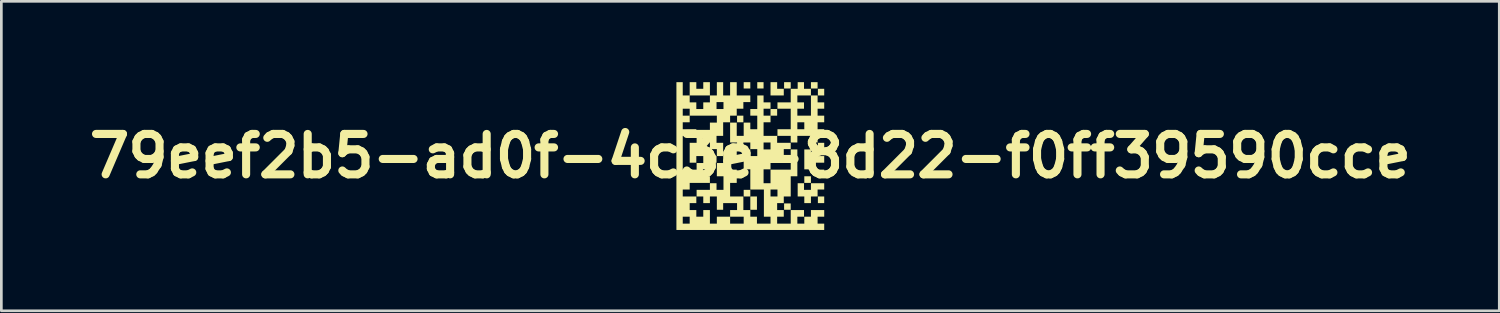
<source format=kicad_pcb>
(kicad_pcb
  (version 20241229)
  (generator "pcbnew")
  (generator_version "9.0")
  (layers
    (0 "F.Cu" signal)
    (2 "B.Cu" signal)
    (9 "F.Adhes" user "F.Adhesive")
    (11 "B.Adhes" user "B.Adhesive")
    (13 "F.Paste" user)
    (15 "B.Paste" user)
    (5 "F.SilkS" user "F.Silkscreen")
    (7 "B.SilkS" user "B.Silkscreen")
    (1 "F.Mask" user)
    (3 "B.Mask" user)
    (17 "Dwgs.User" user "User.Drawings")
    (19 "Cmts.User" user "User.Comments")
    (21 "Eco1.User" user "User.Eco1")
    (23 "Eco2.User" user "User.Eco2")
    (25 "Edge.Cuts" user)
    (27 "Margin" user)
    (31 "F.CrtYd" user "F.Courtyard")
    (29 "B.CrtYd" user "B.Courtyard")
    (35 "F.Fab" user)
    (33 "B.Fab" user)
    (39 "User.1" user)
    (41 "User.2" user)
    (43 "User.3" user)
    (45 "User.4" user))
  (footprint "79eef2b5-ad0f-4c3e-8d22-f0ff39590cce"
    (layer "F.Cu")
    (at 24.8 2.743)
    (property "Reference" "79eef2b5-ad0f-4c3e-8d22-f0ff39590cce" (at 0 0 0) (layer "F.SilkS") (effects (font (size 1.5 1.5) (thickness 0.3))))
    (attr board_only exclude_from_pos_files exclude_from_bom)
    (fp_poly (pts (xy -0.504 0) (xy -0.504 0.246) (xy -0.627 0.246) (xy -0.75 0.246) (xy -0.75 0) (xy -0.75 -0.246) (xy -0.627 -0.246) (xy -0.504 -0.246)) (stroke (width 0) (type solid)) (fill yes) (layer "F.SilkS"))
    (fp_poly (pts (xy -0.258 -1.377) (xy -0.258 -1.254) (xy -0.375 -1.254) (xy -0.492 -1.254) (xy -0.492 -1.377) (xy -0.492 -1.5) (xy -0.375 -1.5) (xy -0.258 -1.5)) (stroke (width 0) (type solid)) (fill yes) (layer "F.SilkS"))
    (fp_poly (pts (xy 0 -2.626) (xy 0 -2.508) (xy -0.123 -2.508) (xy -0.246 -2.508) (xy -0.246 -2.626) (xy -0.246 -2.743) (xy -0.123 -2.743) (xy 0 -2.743)) (stroke (width 0) (type solid)) (fill yes) (layer "F.SilkS"))
    (fp_poly (pts (xy 0 1.377) (xy 0 1.5) (xy -0.123 1.5) (xy -0.246 1.5) (xy -0.246 1.377) (xy -0.246 1.254) (xy -0.123 1.254) (xy 0 1.254)) (stroke (width 0) (type solid)) (fill yes) (layer "F.SilkS"))
    (fp_poly (pts (xy 0.246 1.746) (xy 0.246 1.993) (xy 0.123 1.993) (xy 0 1.993) (xy 0 1.746) (xy 0 1.5) (xy 0.123 1.5) (xy 0.246 1.5)) (stroke (width 0) (type solid)) (fill yes) (layer "F.SilkS"))
    (fp_poly (pts (xy 0.492 -2.626) (xy 0.492 -2.508) (xy 0.375 -2.508) (xy 0.258 -2.508) (xy 0.258 -2.626) (xy 0.258 -2.743) (xy 0.375 -2.743) (xy 0.492 -2.743)) (stroke (width 0) (type solid)) (fill yes) (layer "F.SilkS"))
    (fp_poly (pts (xy 1.5 -2.626) (xy 1.5 -2.508) (xy 1.377 -2.508) (xy 1.254 -2.508) (xy 1.254 -2.626) (xy 1.254 -2.743) (xy 1.377 -2.743) (xy 1.5 -2.743)) (stroke (width 0) (type solid)) (fill yes) (layer "F.SilkS"))
    (fp_poly (pts (xy 1.5 1.875) (xy 1.5 1.993) (xy 1.377 1.993) (xy 1.254 1.993) (xy 1.254 1.875) (xy 1.254 1.758) (xy 1.377 1.758) (xy 1.5 1.758)) (stroke (width 0) (type solid)) (fill yes) (layer "F.SilkS"))
    (fp_poly (pts (xy 2.25 0.873) (xy 2.25 0.996) (xy 2.127 0.996) (xy 2.004 0.996) (xy 2.004 0.873) (xy 2.004 0.75) (xy 2.127 0.75) (xy 2.25 0.75)) (stroke (width 0) (type solid)) (fill yes) (layer "F.SilkS"))
    (fp_poly (pts (xy 2.497 -2.626) (xy 2.497 -2.508) (xy 2.374 -2.508) (xy 2.25 -2.508) (xy 2.25 -2.626) (xy 2.25 -2.743) (xy 2.374 -2.743) (xy 2.497 -2.743)) (stroke (width 0) (type solid)) (fill yes) (layer "F.SilkS"))
    (fp_poly (pts (xy 2.743 -2.374) (xy 2.743 -2.25) (xy 2.626 -2.25) (xy 2.508 -2.25) (xy 2.508 -2.374) (xy 2.508 -2.497) (xy 2.626 -2.497) (xy 2.743 -2.497)) (stroke (width 0) (type solid)) (fill yes) (layer "F.SilkS"))
    (fp_poly (pts (xy 2.743 -0.375) (xy 2.743 -0.258) (xy 2.626 -0.258) (xy 2.508 -0.258) (xy 2.508 -0.375) (xy 2.508 -0.492) (xy 2.626 -0.492) (xy 2.743 -0.492)) (stroke (width 0) (type solid)) (fill yes) (layer "F.SilkS"))
    (fp_poly (pts (xy 2.743 0.627) (xy 2.743 0.75) (xy 2.626 0.75) (xy 2.508 0.75) (xy 2.508 0.627) (xy 2.508 0.504) (xy 2.626 0.504) (xy 2.743 0.504)) (stroke (width 0) (type solid)) (fill yes) (layer "F.SilkS"))
    (fp_poly (pts (xy 2.743 1.623) (xy 2.743 1.746) (xy 2.626 1.746) (xy 2.508 1.746) (xy 2.508 1.623) (xy 2.508 1.5) (xy 2.626 1.5) (xy 2.743 1.5)) (stroke (width 0) (type solid)) (fill yes) (layer "F.SilkS"))
    (fp_poly (pts (xy 0.996 -2.62) (xy 0.996 -2.497) (xy 1.119 -2.497) (xy 1.242 -2.497) (xy 1.242 -2.374) (xy 1.242 -2.25) (xy 0.996 -2.25) (xy 0.75 -2.25) (xy 0.75 -2.497) (xy 0.75 -2.743) (xy 0.873 -2.743) (xy 0.996 -2.743)) (stroke (width 0) (type solid)) (fill yes) (layer "F.SilkS"))
    (fp_poly (pts (xy 2.25 -0.123) (xy 2.25 0) (xy 2.497 0) (xy 2.743 0) (xy 2.743 0.123) (xy 2.743 0.246) (xy 2.497 0.246) (xy 2.25 0.246) (xy 2.25 0.369) (xy 2.25 0.492) (xy 2.127 0.492) (xy 2.004 0.492) (xy 2.004 0.123) (xy 2.004 -0.246) (xy 2.127 -0.246) (xy 2.25 -0.246)) (stroke (width 0) (type solid)) (fill yes) (layer "F.SilkS"))
    (fp_poly (pts (xy 1.993 1.131) (xy 1.993 1.254) (xy 2.122 1.254) (xy 2.25 1.254) (xy 2.25 1.131) (xy 2.25 1.008) (xy 2.497 1.008) (xy 2.743 1.008) (xy 2.743 1.125) (xy 2.743 1.242) (xy 2.62 1.242) (xy 2.497 1.242) (xy 2.497 1.371) (xy 2.497 1.5) (xy 2.374 1.5) (xy 2.25 1.5) (xy 2.25 1.623) (xy 2.25 1.746) (xy 2.127 1.746) (xy 2.004 1.746) (xy 2.004 1.623) (xy 2.004 1.5) (xy 1.881 1.5) (xy 1.758 1.5) (xy 1.758 1.254) (xy 1.758 1.008) (xy 1.875 1.008) (xy 1.993 1.008)) (stroke (width 0) (type solid)) (fill yes) (layer "F.SilkS"))
    (fp_poly (pts (xy 1.993 -2.62) (xy 1.993 -2.497) (xy 2.122 -2.497) (xy 2.25 -2.497) (xy 2.25 -2.374) (xy 2.25 -2.25) (xy 1.998 -2.25) (xy 1.746 -2.25) (xy 1.746 -2.122) (xy 1.746 -1.993) (xy 1.87 -1.993) (xy 1.993 -1.993) (xy 1.993 -1.875) (xy 1.993 -1.758) (xy 1.87 -1.758) (xy 1.746 -1.758) (xy 1.746 -1.629) (xy 1.746 -1.5) (xy 1.998 -1.5) (xy 2.25 -1.5) (xy 2.25 -1.875) (xy 2.25 -2.25) (xy 2.374 -2.25) (xy 2.497 -2.25) (xy 2.497 -2.122) (xy 2.497 -1.993) (xy 2.62 -1.993) (xy 2.743 -1.993) (xy 2.743 -1.875) (xy 2.743 -1.758) (xy 2.62 -1.758) (xy 2.497 -1.758) (xy 2.497 -1.629) (xy 2.497 -1.5) (xy 2.62 -1.5) (xy 2.743 -1.5) (xy 2.743 -1.377) (xy 2.743 -1.254) (xy 2.62 -1.254) (xy 2.497 -1.254) (xy 2.497 -1.125) (xy 2.497 -0.996) (xy 2.62 -0.996) (xy 2.743 -0.996) (xy 2.743 -0.873) (xy 2.743 -0.75) (xy 2.62 -0.75) (xy 2.497 -0.75) (xy 2.497 -0.627) (xy 2.497 -0.504) (xy 2.374 -0.504) (xy 2.25 -0.504) (xy 2.25 -0.627) (xy 2.25 -0.75) (xy 1.998 -0.75) (xy 1.746 -0.75) (xy 1.746 -0.627) (xy 1.746 -0.504) (xy 1.623 -0.504) (xy 1.5 -0.504) (xy 1.5 -0.627) (xy 1.5 -0.75) (xy 1.254 -0.75) (xy 1.008 -0.75) (xy 1.008 -0.873) (xy 1.008 -0.996) (xy 1.254 -0.996) (xy 1.5 -0.996) (xy 1.5 -1.125) (xy 1.746 -1.125) (xy 1.746 -0.996) (xy 1.875 -0.996) (xy 2.004 -0.996) (xy 2.004 -1.125) (xy 2.004 -1.254) (xy 1.875 -1.254) (xy 1.746 -1.254) (xy 1.746 -1.125) (xy 1.5 -1.125) (xy 1.5 -1.377) (xy 1.5 -1.758) (xy 1.254 -1.758) (xy 1.008 -1.758) (xy 1.008 -1.875) (xy 1.008 -1.993) (xy 1.254 -1.993) (xy 1.5 -1.993) (xy 1.5 -2.245) (xy 1.5 -2.497) (xy 1.629 -2.497) (xy 1.758 -2.497) (xy 1.758 -2.62) (xy 1.758 -2.743) (xy 1.875 -2.743) (xy 1.993 -2.743)) (stroke (width 0) (type solid)) (fill yes) (layer "F.SilkS"))
    (fp_poly (pts (xy -2.508 -2.497) (xy -2.508 -2.25) (xy -2.379 -2.25) (xy -2.25 -2.25) (xy -2.25 -2.497) (xy -2.25 -2.743) (xy -2.127 -2.743) (xy -2.004 -2.743) (xy -2.004 -2.62) (xy -2.004 -2.497) (xy -1.875 -2.497) (xy -1.746 -2.497) (xy -1.746 -2.62) (xy -1.746 -2.743) (xy -1.623 -2.743) (xy -1.5 -2.743) (xy -1.5 -2.497) (xy -1.5 -2.25) (xy -1.371 -2.25) (xy -1.242 -2.25) (xy -1.242 -2.497) (xy -1.242 -2.743) (xy -1.125 -2.743) (xy -1.008 -2.743) (xy -1.008 -2.497) (xy -1.008 -2.25) (xy -0.879 -2.25) (xy -0.75 -2.25) (xy -0.75 -2.497) (xy -0.75 -2.743) (xy -0.627 -2.743) (xy -0.504 -2.743) (xy -0.504 -2.497) (xy -0.504 -2.25) (xy -0.252 -2.25) (xy 0 -2.25) (xy 0 -2.127) (xy 0 -2.004) (xy -0.129 -2.004) (xy -0.258 -2.004) (xy -0.258 -1.881) (xy -0.258 -1.758) (xy -0.381 -1.758) (xy -0.504 -1.758) (xy -0.504 -1.629) (xy -0.504 -1.5) (xy -0.627 -1.5) (xy -0.75 -1.5) (xy -0.75 -1.377) (xy -0.75 -1.254) (xy -0.879 -1.254) (xy -1.008 -1.254) (xy -1.008 -1.002) (xy -1.008 -0.75) (xy -1.131 -0.75) (xy -1.254 -0.75) (xy -1.254 -0.621) (xy -1.254 -0.492) (xy -1.131 -0.492) (xy -1.008 -0.492) (xy -1.008 -0.246) (xy -1.008 0) (xy -1.125 0) (xy -1.242 0) (xy -1.242 -0.129) (xy -1.242 -0.258) (xy -1.371 -0.258) (xy -1.5 -0.258) (xy -1.5 -0.75) (xy -1.5 -1.242) (xy -1.371 -1.242) (xy -1.242 -1.242) (xy -1.242 -1.371) (xy -1.242 -1.5) (xy -1.746 -1.5) (xy -2.25 -1.5) (xy -2.25 -1.377) (xy -2.25 -1.254) (xy -2.379 -1.254) (xy -2.508 -1.254) (xy -2.508 -1.125) (xy -2.508 -0.996) (xy -2.256 -0.996) (xy -2.004 -0.996) (xy -2.004 -0.873) (xy -2.004 -0.75) (xy -2.256 -0.75) (xy -2.508 -0.75) (xy -2.508 -0.123) (xy -2.508 0.504) (xy -2.25 0.504) (xy -1.993 0.504) (xy -1.993 0.381) (xy -1.993 0.258) (xy -1.87 0.258) (xy -1.746 0.258) (xy -1.746 0.129) (xy -1.746 0) (xy -1.875 0) (xy -2.004 0) (xy -2.004 0.123) (xy -2.004 0.246) (xy -2.127 0.246) (xy -2.25 0.246) (xy -2.25 -0.123) (xy -2.25 -0.492) (xy -2.122 -0.492) (xy -1.993 -0.492) (xy -1.993 -0.621) (xy -1.993 -0.75) (xy -1.875 -0.75) (xy -1.758 -0.75) (xy -1.758 -0.498) (xy -1.758 -0.246) (xy -1.629 -0.246) (xy -1.5 -0.246) (xy -1.5 -0.123) (xy -1.5 0) (xy -1.377 0) (xy -1.254 0) (xy -1.254 0.123) (xy -1.254 0.246) (xy -1.377 0.246) (xy -1.5 0.246) (xy -1.5 0.369) (xy -1.5 0.492) (xy -1.629 0.492) (xy -1.758 0.492) (xy -1.758 0.621) (xy -1.758 0.75) (xy -1.629 0.75) (xy -1.5 0.75) (xy -1.5 0.873) (xy -1.5 0.996) (xy -1.875 0.996) (xy -2.25 0.996) (xy -2.25 1.119) (xy -2.25 1.242) (xy -2.379 1.242) (xy -2.508 1.242) (xy -2.508 1.371) (xy -2.508 1.5) (xy -2.256 1.5) (xy -2.004 1.5) (xy -2.004 1.623) (xy -2.004 1.746) (xy -2.127 1.746) (xy -2.25 1.746) (xy -2.25 1.875) (xy -2.25 2.004) (xy -2.127 2.004) (xy -2.004 2.004) (xy -2.004 2.127) (xy -2.004 2.25) (xy -1.875 2.25) (xy -1.746 2.25) (xy -1.746 2.127) (xy -1.746 2.004) (xy -1.623 2.004) (xy -1.5 2.004) (xy -1.5 2.256) (xy -1.5 2.508) (xy -1.371 2.508) (xy -1.242 2.508) (xy -1.242 2.379) (xy -0.75 2.379) (xy -0.75 2.508) (xy -0.498 2.508) (xy -0.246 2.508) (xy -0.246 2.379) (xy -0.246 2.25) (xy -0.498 2.25) (xy -0.75 2.25) (xy -0.75 2.379) (xy -1.242 2.379) (xy -1.242 2.25) (xy -0.996 2.25) (xy -0.75 2.25) (xy -0.75 2.127) (xy -0.75 2.004) (xy -0.621 2.004) (xy -0.492 2.004) (xy -0.492 1.875) (xy -0.492 1.746) (xy -0.75 1.746) (xy -1.008 1.746) (xy -1.008 1.87) (xy -1.008 1.993) (xy -1.125 1.993) (xy -1.242 1.993) (xy -1.242 1.746) (xy -1.242 1.5) (xy -1.371 1.5) (xy -1.5 1.5) (xy -1.5 1.623) (xy -1.5 1.746) (xy -1.623 1.746) (xy -1.746 1.746) (xy -1.746 1.623) (xy -1.746 1.5) (xy -1.87 1.5) (xy -1.993 1.5) (xy -1.993 1.377) (xy -1.993 1.254) (xy -1.746 1.254) (xy -1.5 1.254) (xy -1.5 1.131) (xy -1.5 1.008) (xy -1.377 1.008) (xy -1.254 1.008) (xy -1.254 1.131) (xy -1.254 1.254) (xy -1.125 1.254) (xy -0.996 1.254) (xy -0.996 1.002) (xy -0.996 0.75) (xy -1.119 0.75) (xy -1.242 0.75) (xy -1.242 0.504) (xy -1.242 0.258) (xy -0.996 0.258) (xy -0.75 0.258) (xy -0.75 0.381) (xy -0.75 0.504) (xy -0.627 0.504) (xy -0.504 0.504) (xy -0.504 0.75) (xy -0.504 0.996) (xy -0.627 0.996) (xy -0.75 0.996) (xy -0.75 1.248) (xy -0.75 1.5) (xy -0.504 1.5) (xy -0.258 1.5) (xy -0.258 1.752) (xy -0.258 2.004) (xy -0.129 2.004) (xy 0 2.004) (xy 0 2.127) (xy 0 2.25) (xy 0.123 2.25) (xy 0.246 2.25) (xy 0.246 2.379) (xy 0.246 2.508) (xy 0.498 2.508) (xy 0.75 2.508) (xy 0.75 2.379) (xy 0.75 2.25) (xy 0.627 2.25) (xy 0.504 2.25) (xy 0.504 1.746) (xy 0.504 1.371) (xy 0.75 1.371) (xy 0.75 1.5) (xy 0.879 1.5) (xy 1.008 1.5) (xy 1.008 1.371) (xy 1.008 1.242) (xy 0.879 1.242) (xy 0.75 1.242) (xy 0.75 1.371) (xy 0.504 1.371) (xy 0.504 1.242) (xy 0.252 1.242) (xy 0 1.242) (xy 0 0.867) (xy 0 0.492) (xy 0.492 0.492) (xy 0.492 0.75) (xy 0.492 1.008) (xy 0.621 1.008) (xy 0.75 1.008) (xy 0.75 0.756) (xy 0.75 0.504) (xy 1.125 0.504) (xy 1.5 0.504) (xy 1.5 0.375) (xy 1.5 0.246) (xy 1.125 0.246) (xy 0.75 0.246) (xy 0.75 0.369) (xy 0.75 0.492) (xy 0.621 0.492) (xy 0.492 0.492) (xy 0 0.492) (xy -0.123 0.492) (xy -0.246 0.492) (xy -0.246 0.123) (xy -0.246 -0.246) (xy -0.123 -0.246) (xy 0 -0.246) (xy 0 -0.123) (xy 0 0) (xy 0.129 0) (xy 0.258 0) (xy 0.258 -0.129) (xy 0.258 -0.258) (xy 0.129 -0.258) (xy 0 -0.258) (xy 0 -0.375) (xy 0.492 -0.375) (xy 0.492 -0.246) (xy 0.621 -0.246) (xy 0.75 -0.246) (xy 0.75 -0.375) (xy 0.75 -0.504) (xy 0.621 -0.504) (xy 0.492 -0.504) (xy 0.492 -0.375) (xy 0 -0.375) (xy 0 -0.381) (xy 0 -0.504) (xy -0.129 -0.504) (xy -0.258 -0.504) (xy -0.258 -0.381) (xy -0.258 -0.258) (xy -0.375 -0.258) (xy -0.492 -0.258) (xy -0.492 -0.381) (xy -0.492 -0.504) (xy -0.621 -0.504) (xy -0.75 -0.504) (xy -0.75 -0.873) (xy -0.75 -1.242) (xy -0.627 -1.242) (xy -0.504 -1.242) (xy -0.504 -0.996) (xy -0.504 -0.75) (xy -0.375 -0.75) (xy -0.246 -0.75) (xy -0.246 -0.996) (xy -0.246 -1.242) (xy -0.123 -1.242) (xy 0 -1.242) (xy 0 -1.119) (xy 0 -0.996) (xy 0.129 -0.996) (xy 0.258 -0.996) (xy 0.258 -1.248) (xy 0.258 -1.5) (xy 0.129 -1.5) (xy 0 -1.5) (xy 0 -1.623) (xy 0 -1.746) (xy 0.129 -1.746) (xy 0.258 -1.746) (xy 0.258 -1.998) (xy 0.258 -2.25) (xy 0.375 -2.25) (xy 0.492 -2.25) (xy 0.492 -2.122) (xy 0.492 -1.993) (xy 0.621 -1.993) (xy 0.75 -1.993) (xy 0.75 -1.875) (xy 0.75 -1.758) (xy 0.621 -1.758) (xy 0.492 -1.758) (xy 0.492 -1.629) (xy 0.492 -1.5) (xy 0.621 -1.5) (xy 0.75 -1.5) (xy 0.75 -1.623) (xy 0.75 -1.746) (xy 0.873 -1.746) (xy 0.996 -1.746) (xy 0.996 -1.623) (xy 0.996 -1.5) (xy 0.873 -1.5) (xy 0.75 -1.5) (xy 0.75 -1.377) (xy 0.75 -1.254) (xy 0.621 -1.254) (xy 0.492 -1.254) (xy 0.492 -1.002) (xy 0.492 -0.75) (xy 0.744 -0.75) (xy 0.996 -0.75) (xy 0.996 -0.621) (xy 0.996 -0.492) (xy 1.248 -0.492) (xy 1.5 -0.492) (xy 1.5 -0.375) (xy 1.5 -0.258) (xy 1.371 -0.258) (xy 1.242 -0.258) (xy 1.242 -0.129) (xy 1.242 0) (xy 1.371 0) (xy 1.5 0) (xy 1.5 -0.123) (xy 1.5 -0.246) (xy 1.623 -0.246) (xy 1.746 -0.246) (xy 1.746 0.252) (xy 1.746 0.75) (xy 1.623 0.75) (xy 1.5 0.75) (xy 1.5 1.125) (xy 1.5 1.5) (xy 1.371 1.5) (xy 1.242 1.5) (xy 1.242 1.623) (xy 1.242 1.746) (xy 1.119 1.746) (xy 0.996 1.746) (xy 0.996 1.875) (xy 0.996 2.004) (xy 1.119 2.004) (xy 1.242 2.004) (xy 1.242 2.127) (xy 1.242 2.25) (xy 1.119 2.25) (xy 0.996 2.25) (xy 0.996 2.379) (xy 0.996 2.508) (xy 1.248 2.508) (xy 1.5 2.508) (xy 1.5 2.256) (xy 1.5 2.004) (xy 1.746 2.004) (xy 1.993 2.004) (xy 1.993 2.127) (xy 1.993 2.25) (xy 1.87 2.25) (xy 1.746 2.25) (xy 1.746 2.379) (xy 1.746 2.508) (xy 1.875 2.508) (xy 2.004 2.508) (xy 2.004 2.379) (xy 2.004 2.25) (xy 2.127 2.25) (xy 2.25 2.25) (xy 2.25 2.127) (xy 2.25 2.004) (xy 2.497 2.004) (xy 2.743 2.004) (xy 2.743 2.127) (xy 2.743 2.25) (xy 2.62 2.25) (xy 2.497 2.25) (xy 2.497 2.379) (xy 2.497 2.508) (xy 2.62 2.508) (xy 2.743 2.508) (xy 2.743 2.626) (xy 2.743 2.743) (xy 0 2.743) (xy -2.743 2.743) (xy -2.743 2.379) (xy -2.508 2.379) (xy -2.508 2.508) (xy -2.379 2.508) (xy -2.25 2.508) (xy -2.25 2.379) (xy -2.25 2.25) (xy -2.379 2.25) (xy -2.508 2.25) (xy -2.508 2.379) (xy -2.743 2.379) (xy -2.743 0) (xy -2.743 -1.629) (xy -2.508 -1.629) (xy -2.508 -1.5) (xy -2.379 -1.5) (xy -2.25 -1.5) (xy -2.25 -1.629) (xy -2.25 -1.758) (xy -2.379 -1.758) (xy -2.508 -1.758) (xy -2.508 -1.629) (xy -2.743 -1.629) (xy -2.743 -2.122) (xy -2.25 -2.122) (xy -2.25 -1.993) (xy -2.127 -1.993) (xy -2.004 -1.993) (xy -2.004 -1.87) (xy -2.004 -1.746) (xy -1.875 -1.746) (xy -1.746 -1.746) (xy -1.746 -1.87) (xy -1.746 -1.875) (xy -1.254 -1.875) (xy -1.254 -1.746) (xy -1.125 -1.746) (xy -0.996 -1.746) (xy -0.996 -1.875) (xy -0.996 -2.004) (xy -1.125 -2.004) (xy -1.254 -2.004) (xy -1.254 -1.875) (xy -1.746 -1.875) (xy -1.746 -1.993) (xy -1.623 -1.993) (xy -1.5 -1.993) (xy -1.5 -2.122) (xy -1.5 -2.25) (xy -1.875 -2.25) (xy -2.25 -2.25) (xy -2.25 -2.122) (xy -2.743 -2.122) (xy -2.743 -2.743) (xy -2.626 -2.743) (xy -2.508 -2.743)) (stroke (width 0) (type solid)) (fill yes) (layer "F.SilkS")))
  (gr_rect
    (start -3 -3)
    (end 52.6 8.486)
    (stroke (width 0.1) (type default))
    (fill no)
    (layer "Edge.Cuts")))
</source>
